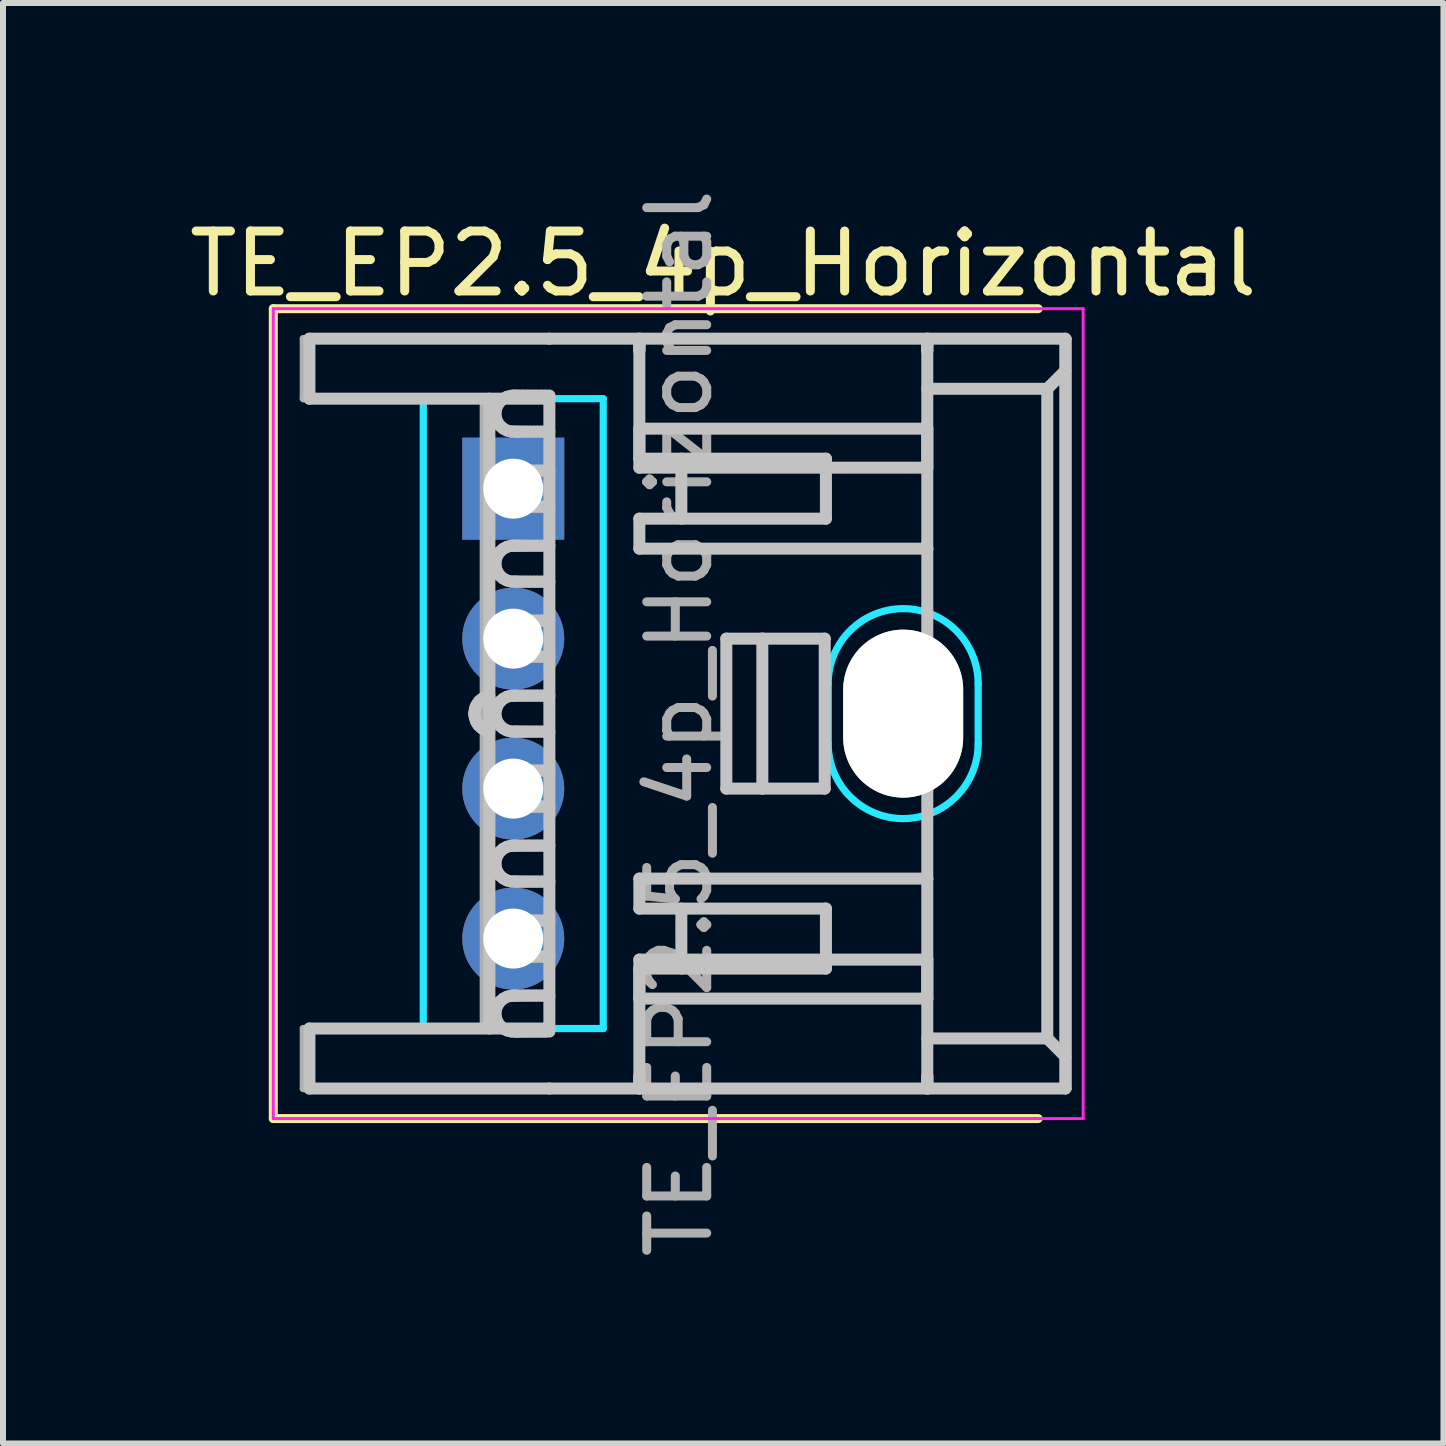
<source format=kicad_pcb>
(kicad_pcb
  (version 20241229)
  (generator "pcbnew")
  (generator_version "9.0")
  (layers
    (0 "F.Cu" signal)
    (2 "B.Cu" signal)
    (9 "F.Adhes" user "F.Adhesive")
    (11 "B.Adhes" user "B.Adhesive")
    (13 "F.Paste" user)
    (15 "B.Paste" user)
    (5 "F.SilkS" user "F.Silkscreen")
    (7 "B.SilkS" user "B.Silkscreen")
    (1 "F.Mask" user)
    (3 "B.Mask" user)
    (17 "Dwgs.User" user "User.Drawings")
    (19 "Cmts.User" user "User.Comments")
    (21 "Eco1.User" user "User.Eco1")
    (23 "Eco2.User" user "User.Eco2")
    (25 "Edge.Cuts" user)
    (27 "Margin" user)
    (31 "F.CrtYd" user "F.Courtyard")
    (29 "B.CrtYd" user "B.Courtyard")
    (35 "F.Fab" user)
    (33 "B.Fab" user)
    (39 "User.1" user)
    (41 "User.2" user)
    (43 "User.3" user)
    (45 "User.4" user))
  (footprint "TE_EP2.5_4p_Horizontal"
    (layer "F.Cu")
    (at 5.506 8.846)
    (property "Reference" "TE_EP2.5_4p_Horizontal" (at 3.5 -7.5 0) (layer "F.SilkS") (effects (font (size 1 1) (thickness 0.15))))
    (attr through_hole)
    (fp_line (start -4 -6.75) (end -4 6.75) (stroke (width 0.15) (type solid)) (layer "F.SilkS"))
    (fp_line (start -4 6.75) (end 8.75 6.75) (stroke (width 0.15) (type solid)) (layer "F.SilkS"))
    (fp_line (start 8.75 -6.75) (end -4 -6.75) (stroke (width 0.15) (type solid)) (layer "F.SilkS"))
    (fp_line (start -3.398 -6.25) (end 0.602 -6.25) (stroke (width 0.2) (type solid)) (layer "Dwgs.User"))
    (fp_line (start -3.398 -5.25) (end -3.398 -6.25) (stroke (width 0.2) (type solid)) (layer "Dwgs.User"))
    (fp_line (start -3.398 -5.25) (end 0.602 -5.25) (stroke (width 0.2) (type solid)) (layer "Dwgs.User"))
    (fp_line (start -3.398 5.25) (end 0.602 5.25) (stroke (width 0.2) (type solid)) (layer "Dwgs.User"))
    (fp_line (start -3.398 6.25) (end -3.398 5.25) (stroke (width 0.2) (type solid)) (layer "Dwgs.User"))
    (fp_line (start -3.398 6.25) (end 0.602 6.25) (stroke (width 0.2) (type solid)) (layer "Dwgs.User"))
    (fp_line (start -0.647 -0.027) (end -0.648 0) (stroke (width 0.2) (type solid)) (layer "Dwgs.User"))
    (fp_line (start -0.647 0.027) (end -0.648 0) (stroke (width 0.2) (type solid)) (layer "Dwgs.User"))
    (fp_line (start -0.639 -0.072) (end -0.647 -0.027) (stroke (width 0.2) (type solid)) (layer "Dwgs.User"))
    (fp_line (start -0.639 0.072) (end -0.647 0.027) (stroke (width 0.2) (type solid)) (layer "Dwgs.User"))
    (fp_line (start -0.631 -0.099) (end -0.639 -0.072) (stroke (width 0.2) (type solid)) (layer "Dwgs.User"))
    (fp_line (start -0.624 0.116) (end -0.639 0.072) (stroke (width 0.2) (type solid)) (layer "Dwgs.User"))
    (fp_line (start -0.624 0.116) (end -0.614 0.139) (stroke (width 0.2) (type solid)) (layer "Dwgs.User"))
    (fp_line (start -0.614 -0.139) (end -0.631 -0.099) (stroke (width 0.2) (type solid)) (layer "Dwgs.User"))
    (fp_line (start -0.614 0.139) (end -0.588 0.18) (stroke (width 0.2) (type solid)) (layer "Dwgs.User"))
    (fp_line (start -0.598 -0.165) (end -0.614 -0.139) (stroke (width 0.2) (type solid)) (layer "Dwgs.User"))
    (fp_line (start -0.588 0.18) (end -0.573 0.199) (stroke (width 0.2) (type solid)) (layer "Dwgs.User"))
    (fp_line (start -0.573 -0.199) (end -0.598 -0.165) (stroke (width 0.2) (type solid)) (layer "Dwgs.User"))
    (fp_line (start -0.573 0.199) (end -0.536 0.233) (stroke (width 0.2) (type solid)) (layer "Dwgs.User"))
    (fp_line (start -0.55 -0.222) (end -0.573 -0.199) (stroke (width 0.2) (type solid)) (layer "Dwgs.User"))
    (fp_line (start -0.536 0.233) (end -0.518 0.247) (stroke (width 0.2) (type solid)) (layer "Dwgs.User"))
    (fp_line (start -0.518 -0.247) (end -0.55 -0.222) (stroke (width 0.2) (type solid)) (layer "Dwgs.User"))
    (fp_line (start -0.518 0.247) (end -0.472 0.273) (stroke (width 0.2) (type solid)) (layer "Dwgs.User"))
    (fp_line (start -0.488 -0.265) (end -0.518 -0.247) (stroke (width 0.2) (type solid)) (layer "Dwgs.User"))
    (fp_line (start -0.488 -0.265) (end -0.454 -0.281) (stroke (width 0.2) (type solid)) (layer "Dwgs.User"))
    (fp_line (start -0.472 0.273) (end -0.454 0.281) (stroke (width 0.2) (type solid)) (layer "Dwgs.User"))
    (fp_line (start -0.409 -0.293) (end -0.454 -0.281) (stroke (width 0.2) (type solid)) (layer "Dwgs.User"))
    (fp_line (start -0.409 -0.293) (end -0.398 -0.296) (stroke (width 0.2) (type solid)) (layer "Dwgs.User"))
    (fp_line (start -0.398 0.295) (end -0.454 0.281) (stroke (width 0.2) (type solid)) (layer "Dwgs.User"))
    (fp_line (start -0.398 5.25) (end -0.398 -5.25) (stroke (width 0.2) (type solid)) (layer "Dwgs.User"))
    (fp_line (start -0.298 -5) (end -0.289 -4.928) (stroke (width 0.2) (type solid)) (layer "Dwgs.User"))
    (fp_line (start -0.298 -3.75) (end -0.289 -3.822) (stroke (width 0.2) (type solid)) (layer "Dwgs.User"))
    (fp_line (start -0.298 -2.5) (end -0.289 -2.428) (stroke (width 0.2) (type solid)) (layer "Dwgs.User"))
    (fp_line (start -0.298 -1.25) (end -0.289 -1.178) (stroke (width 0.2) (type solid)) (layer "Dwgs.User"))
    (fp_line (start -0.298 0) (end -0.289 -0.072) (stroke (width 0.2) (type solid)) (layer "Dwgs.User"))
    (fp_line (start -0.298 1.25) (end -0.289 1.322) (stroke (width 0.2) (type solid)) (layer "Dwgs.User"))
    (fp_line (start -0.298 2.5) (end -0.289 2.572) (stroke (width 0.2) (type solid)) (layer "Dwgs.User"))
    (fp_line (start -0.298 3.75) (end -0.289 3.822) (stroke (width 0.2) (type solid)) (layer "Dwgs.User"))
    (fp_line (start -0.298 5) (end -0.289 5.072) (stroke (width 0.2) (type solid)) (layer "Dwgs.User"))
    (fp_line (start -0.29 -3.82) (end -0.289 -3.821) (stroke (width 0.2) (type solid)) (layer "Dwgs.User"))
    (fp_line (start -0.29 -0.066) (end -0.292 -0.058) (stroke (width 0.2) (type solid)) (layer "Dwgs.User"))
    (fp_line (start -0.29 3.684) (end -0.292 3.692) (stroke (width 0.2) (type solid)) (layer "Dwgs.User"))
    (fp_line (start -0.289 -5.072) (end -0.298 -5) (stroke (width 0.2) (type solid)) (layer "Dwgs.User"))
    (fp_line (start -0.289 -4.928) (end -0.264 -4.861) (stroke (width 0.2) (type solid)) (layer "Dwgs.User"))
    (fp_line (start -0.289 -3.822) (end -0.264 -3.889) (stroke (width 0.2) (type solid)) (layer "Dwgs.User"))
    (fp_line (start -0.289 -3.678) (end -0.298 -3.75) (stroke (width 0.2) (type solid)) (layer "Dwgs.User"))
    (fp_line (start -0.289 -2.572) (end -0.298 -2.5) (stroke (width 0.2) (type solid)) (layer "Dwgs.User"))
    (fp_line (start -0.289 -2.428) (end -0.264 -2.361) (stroke (width 0.2) (type solid)) (layer "Dwgs.User"))
    (fp_line (start -0.289 -1.322) (end -0.298 -1.25) (stroke (width 0.2) (type solid)) (layer "Dwgs.User"))
    (fp_line (start -0.289 -1.178) (end -0.264 -1.111) (stroke (width 0.2) (type solid)) (layer "Dwgs.User"))
    (fp_line (start -0.289 -0.072) (end -0.264 -0.139) (stroke (width 0.2) (type solid)) (layer "Dwgs.User"))
    (fp_line (start -0.289 0.072) (end -0.298 0) (stroke (width 0.2) (type solid)) (layer "Dwgs.User"))
    (fp_line (start -0.289 1.178) (end -0.298 1.25) (stroke (width 0.2) (type solid)) (layer "Dwgs.User"))
    (fp_line (start -0.289 1.322) (end -0.264 1.389) (stroke (width 0.2) (type solid)) (layer "Dwgs.User"))
    (fp_line (start -0.289 2.428) (end -0.298 2.5) (stroke (width 0.2) (type solid)) (layer "Dwgs.User"))
    (fp_line (start -0.289 2.572) (end -0.264 2.639) (stroke (width 0.2) (type solid)) (layer "Dwgs.User"))
    (fp_line (start -0.289 3.678) (end -0.298 3.75) (stroke (width 0.2) (type solid)) (layer "Dwgs.User"))
    (fp_line (start -0.289 3.822) (end -0.264 3.889) (stroke (width 0.2) (type solid)) (layer "Dwgs.User"))
    (fp_line (start -0.289 4.928) (end -0.298 5) (stroke (width 0.2) (type solid)) (layer "Dwgs.User"))
    (fp_line (start -0.289 5.072) (end -0.264 5.139) (stroke (width 0.2) (type solid)) (layer "Dwgs.User"))
    (fp_line (start -0.275 -0.114) (end -0.284 -0.086) (stroke (width 0.2) (type solid)) (layer "Dwgs.User"))
    (fp_line (start -0.268 -0.127) (end -0.275 -0.114) (stroke (width 0.2) (type solid)) (layer "Dwgs.User"))
    (fp_line (start -0.268 3.623) (end -0.275 3.636) (stroke (width 0.2) (type solid)) (layer "Dwgs.User"))
    (fp_line (start -0.266 -3.886) (end -0.264 -3.887) (stroke (width 0.2) (type solid)) (layer "Dwgs.User"))
    (fp_line (start -0.264 -5.139) (end -0.289 -5.072) (stroke (width 0.2) (type solid)) (layer "Dwgs.User"))
    (fp_line (start -0.264 -4.861) (end -0.223 -4.801) (stroke (width 0.2) (type solid)) (layer "Dwgs.User"))
    (fp_line (start -0.264 -3.889) (end -0.223 -3.949) (stroke (width 0.2) (type solid)) (layer "Dwgs.User"))
    (fp_line (start -0.264 -3.611) (end -0.289 -3.678) (stroke (width 0.2) (type solid)) (layer "Dwgs.User"))
    (fp_line (start -0.264 -2.639) (end -0.289 -2.572) (stroke (width 0.2) (type solid)) (layer "Dwgs.User"))
    (fp_line (start -0.264 -2.361) (end -0.223 -2.301) (stroke (width 0.2) (type solid)) (layer "Dwgs.User"))
    (fp_line (start -0.264 -1.389) (end -0.289 -1.322) (stroke (width 0.2) (type solid)) (layer "Dwgs.User"))
    (fp_line (start -0.264 -1.111) (end -0.223 -1.051) (stroke (width 0.2) (type solid)) (layer "Dwgs.User"))
    (fp_line (start -0.264 -0.139) (end -0.223 -0.199) (stroke (width 0.2) (type solid)) (layer "Dwgs.User"))
    (fp_line (start -0.264 0.139) (end -0.289 0.072) (stroke (width 0.2) (type solid)) (layer "Dwgs.User"))
    (fp_line (start -0.264 1.111) (end -0.289 1.178) (stroke (width 0.2) (type solid)) (layer "Dwgs.User"))
    (fp_line (start -0.264 1.389) (end -0.223 1.449) (stroke (width 0.2) (type solid)) (layer "Dwgs.User"))
    (fp_line (start -0.264 2.361) (end -0.289 2.428) (stroke (width 0.2) (type solid)) (layer "Dwgs.User"))
    (fp_line (start -0.264 2.639) (end -0.223 2.699) (stroke (width 0.2) (type solid)) (layer "Dwgs.User"))
    (fp_line (start -0.264 3.611) (end -0.289 3.678) (stroke (width 0.2) (type solid)) (layer "Dwgs.User"))
    (fp_line (start -0.264 3.889) (end -0.223 3.949) (stroke (width 0.2) (type solid)) (layer "Dwgs.User"))
    (fp_line (start -0.264 4.861) (end -0.289 4.928) (stroke (width 0.2) (type solid)) (layer "Dwgs.User"))
    (fp_line (start -0.264 5.139) (end -0.223 5.199) (stroke (width 0.2) (type solid)) (layer "Dwgs.User"))
    (fp_line (start -0.248 -3.912) (end -0.227 -3.944) (stroke (width 0.2) (type solid)) (layer "Dwgs.User"))
    (fp_line (start -0.241 3.574) (end -0.252 3.594) (stroke (width 0.2) (type solid)) (layer "Dwgs.User"))
    (fp_line (start -0.231 -0.187) (end -0.241 -0.176) (stroke (width 0.2) (type solid)) (layer "Dwgs.User"))
    (fp_line (start -0.231 3.563) (end -0.241 3.574) (stroke (width 0.2) (type solid)) (layer "Dwgs.User"))
    (fp_line (start -0.227 -3.944) (end -0.224 -3.946) (stroke (width 0.2) (type solid)) (layer "Dwgs.User"))
    (fp_line (start -0.223 -5.199) (end -0.264 -5.139) (stroke (width 0.2) (type solid)) (layer "Dwgs.User"))
    (fp_line (start -0.223 -4.801) (end -0.168 -4.753) (stroke (width 0.2) (type solid)) (layer "Dwgs.User"))
    (fp_line (start -0.223 -3.949) (end -0.168 -3.997) (stroke (width 0.2) (type solid)) (layer "Dwgs.User"))
    (fp_line (start -0.223 -3.551) (end -0.264 -3.611) (stroke (width 0.2) (type solid)) (layer "Dwgs.User"))
    (fp_line (start -0.223 -2.699) (end -0.264 -2.639) (stroke (width 0.2) (type solid)) (layer "Dwgs.User"))
    (fp_line (start -0.223 -2.301) (end -0.168 -2.253) (stroke (width 0.2) (type solid)) (layer "Dwgs.User"))
    (fp_line (start -0.223 -1.449) (end -0.264 -1.389) (stroke (width 0.2) (type solid)) (layer "Dwgs.User"))
    (fp_line (start -0.223 -1.051) (end -0.168 -1.003) (stroke (width 0.2) (type solid)) (layer "Dwgs.User"))
    (fp_line (start -0.223 -0.199) (end -0.168 -0.247) (stroke (width 0.2) (type solid)) (layer "Dwgs.User"))
    (fp_line (start -0.223 0.199) (end -0.264 0.139) (stroke (width 0.2) (type solid)) (layer "Dwgs.User"))
    (fp_line (start -0.223 1.051) (end -0.264 1.111) (stroke (width 0.2) (type solid)) (layer "Dwgs.User"))
    (fp_line (start -0.223 1.449) (end -0.168 1.497) (stroke (width 0.2) (type solid)) (layer "Dwgs.User"))
    (fp_line (start -0.223 2.301) (end -0.264 2.361) (stroke (width 0.2) (type solid)) (layer "Dwgs.User"))
    (fp_line (start -0.223 2.699) (end -0.168 2.747) (stroke (width 0.2) (type solid)) (layer "Dwgs.User"))
    (fp_line (start -0.223 3.551) (end -0.264 3.611) (stroke (width 0.2) (type solid)) (layer "Dwgs.User"))
    (fp_line (start -0.223 3.949) (end -0.168 3.997) (stroke (width 0.2) (type solid)) (layer "Dwgs.User"))
    (fp_line (start -0.223 4.801) (end -0.264 4.861) (stroke (width 0.2) (type solid)) (layer "Dwgs.User"))
    (fp_line (start -0.223 5.199) (end -0.168 5.247) (stroke (width 0.2) (type solid)) (layer "Dwgs.User"))
    (fp_line (start -0.168 -5.247) (end -0.223 -5.199) (stroke (width 0.2) (type solid)) (layer "Dwgs.User"))
    (fp_line (start -0.168 -4.753) (end -0.104 -4.719) (stroke (width 0.2) (type solid)) (layer "Dwgs.User"))
    (fp_line (start -0.168 -3.997) (end -0.104 -4.031) (stroke (width 0.2) (type solid)) (layer "Dwgs.User"))
    (fp_line (start -0.168 -3.503) (end -0.223 -3.551) (stroke (width 0.2) (type solid)) (layer "Dwgs.User"))
    (fp_line (start -0.168 -2.747) (end -0.223 -2.699) (stroke (width 0.2) (type solid)) (layer "Dwgs.User"))
    (fp_line (start -0.168 -2.253) (end -0.104 -2.219) (stroke (width 0.2) (type solid)) (layer "Dwgs.User"))
    (fp_line (start -0.168 -1.497) (end -0.223 -1.449) (stroke (width 0.2) (type solid)) (layer "Dwgs.User"))
    (fp_line (start -0.168 -1.003) (end -0.104 -0.969) (stroke (width 0.2) (type solid)) (layer "Dwgs.User"))
    (fp_line (start -0.168 -0.247) (end -0.104 -0.281) (stroke (width 0.2) (type solid)) (layer "Dwgs.User"))
    (fp_line (start -0.168 0.247) (end -0.223 0.199) (stroke (width 0.2) (type solid)) (layer "Dwgs.User"))
    (fp_line (start -0.168 1.003) (end -0.223 1.051) (stroke (width 0.2) (type solid)) (layer "Dwgs.User"))
    (fp_line (start -0.168 1.497) (end -0.104 1.531) (stroke (width 0.2) (type solid)) (layer "Dwgs.User"))
    (fp_line (start -0.168 2.253) (end -0.223 2.301) (stroke (width 0.2) (type solid)) (layer "Dwgs.User"))
    (fp_line (start -0.168 2.747) (end -0.104 2.781) (stroke (width 0.2) (type solid)) (layer "Dwgs.User"))
    (fp_line (start -0.168 3.503) (end -0.223 3.551) (stroke (width 0.2) (type solid)) (layer "Dwgs.User"))
    (fp_line (start -0.168 3.997) (end -0.104 4.031) (stroke (width 0.2) (type solid)) (layer "Dwgs.User"))
    (fp_line (start -0.168 4.753) (end -0.223 4.801) (stroke (width 0.2) (type solid)) (layer "Dwgs.User"))
    (fp_line (start -0.168 5.247) (end -0.104 5.281) (stroke (width 0.2) (type solid)) (layer "Dwgs.User"))
    (fp_line (start -0.104 -5.281) (end -0.168 -5.247) (stroke (width 0.2) (type solid)) (layer "Dwgs.User"))
    (fp_line (start -0.104 -4.719) (end -0.034 -4.702) (stroke (width 0.2) (type solid)) (layer "Dwgs.User"))
    (fp_line (start -0.104 -4.031) (end -0.034 -4.048) (stroke (width 0.2) (type solid)) (layer "Dwgs.User"))
    (fp_line (start -0.104 -3.469) (end -0.168 -3.503) (stroke (width 0.2) (type solid)) (layer "Dwgs.User"))
    (fp_line (start -0.104 -2.781) (end -0.168 -2.747) (stroke (width 0.2) (type solid)) (layer "Dwgs.User"))
    (fp_line (start -0.104 -2.219) (end -0.034 -2.202) (stroke (width 0.2) (type solid)) (layer "Dwgs.User"))
    (fp_line (start -0.104 -1.531) (end -0.168 -1.497) (stroke (width 0.2) (type solid)) (layer "Dwgs.User"))
    (fp_line (start -0.104 -0.969) (end -0.034 -0.952) (stroke (width 0.2) (type solid)) (layer "Dwgs.User"))
    (fp_line (start -0.104 -0.281) (end -0.034 -0.298) (stroke (width 0.2) (type solid)) (layer "Dwgs.User"))
    (fp_line (start -0.104 0.281) (end -0.168 0.247) (stroke (width 0.2) (type solid)) (layer "Dwgs.User"))
    (fp_line (start -0.104 0.969) (end -0.168 1.003) (stroke (width 0.2) (type solid)) (layer "Dwgs.User"))
    (fp_line (start -0.104 1.531) (end -0.034 1.548) (stroke (width 0.2) (type solid)) (layer "Dwgs.User"))
    (fp_line (start -0.104 2.219) (end -0.168 2.253) (stroke (width 0.2) (type solid)) (layer "Dwgs.User"))
    (fp_line (start -0.104 2.781) (end -0.034 2.798) (stroke (width 0.2) (type solid)) (layer "Dwgs.User"))
    (fp_line (start -0.104 3.469) (end -0.168 3.503) (stroke (width 0.2) (type solid)) (layer "Dwgs.User"))
    (fp_line (start -0.104 4.031) (end -0.034 4.048) (stroke (width 0.2) (type solid)) (layer "Dwgs.User"))
    (fp_line (start -0.104 4.719) (end -0.168 4.753) (stroke (width 0.2) (type solid)) (layer "Dwgs.User"))
    (fp_line (start -0.104 5.281) (end -0.034 5.298) (stroke (width 0.2) (type solid)) (layer "Dwgs.User"))
    (fp_line (start -0.034 -5.298) (end -0.104 -5.281) (stroke (width 0.2) (type solid)) (layer "Dwgs.User"))
    (fp_line (start -0.034 -4.702) (end 0.008 -4.702) (stroke (width 0.2) (type solid)) (layer "Dwgs.User"))
    (fp_line (start -0.034 -3.452) (end -0.104 -3.469) (stroke (width 0.2) (type solid)) (layer "Dwgs.User"))
    (fp_line (start -0.034 -2.798) (end -0.104 -2.781) (stroke (width 0.2) (type solid)) (layer "Dwgs.User"))
    (fp_line (start -0.034 -2.202) (end 0.008 -2.202) (stroke (width 0.2) (type solid)) (layer "Dwgs.User"))
    (fp_line (start -0.034 -1.548) (end -0.104 -1.531) (stroke (width 0.2) (type solid)) (layer "Dwgs.User"))
    (fp_line (start -0.034 -0.952) (end 0.008 -0.952) (stroke (width 0.2) (type solid)) (layer "Dwgs.User"))
    (fp_line (start -0.034 -0.298) (end -0.014 -0.298) (stroke (width 0.2) (type solid)) (layer "Dwgs.User"))
    (fp_line (start -0.034 -0.298) (end -0.011 -0.298) (stroke (width 0.2) (type solid)) (layer "Dwgs.User"))
    (fp_line (start -0.034 0.298) (end -0.104 0.281) (stroke (width 0.2) (type solid)) (layer "Dwgs.User"))
    (fp_line (start -0.034 0.952) (end -0.104 0.969) (stroke (width 0.2) (type solid)) (layer "Dwgs.User"))
    (fp_line (start -0.034 1.548) (end 0.008 1.548) (stroke (width 0.2) (type solid)) (layer "Dwgs.User"))
    (fp_line (start -0.034 2.202) (end -0.104 2.219) (stroke (width 0.2) (type solid)) (layer "Dwgs.User"))
    (fp_line (start -0.034 2.798) (end 0.008 2.798) (stroke (width 0.2) (type solid)) (layer "Dwgs.User"))
    (fp_line (start -0.034 3.452) (end -0.104 3.469) (stroke (width 0.2) (type solid)) (layer "Dwgs.User"))
    (fp_line (start -0.034 4.048) (end 0.008 4.048) (stroke (width 0.2) (type solid)) (layer "Dwgs.User"))
    (fp_line (start -0.034 4.702) (end -0.104 4.719) (stroke (width 0.2) (type solid)) (layer "Dwgs.User"))
    (fp_line (start -0.034 5.298) (end 0.008 5.298) (stroke (width 0.2) (type solid)) (layer "Dwgs.User"))
    (fp_line (start -0.018 -4.048) (end 0.029 -4.048) (stroke (width 0.2) (type solid)) (layer "Dwgs.User"))
    (fp_line (start 0.008 -3.452) (end -0.034 -3.452) (stroke (width 0.2) (type solid)) (layer "Dwgs.User"))
    (fp_line (start 0.01 -5.301) (end -0.034 -5.298) (stroke (width 0.2) (type solid)) (layer "Dwgs.User"))
    (fp_line (start 0.01 -4.051) (end -0.034 -4.048) (stroke (width 0.2) (type solid)) (layer "Dwgs.User"))
    (fp_line (start 0.01 -2.801) (end -0.034 -2.798) (stroke (width 0.2) (type solid)) (layer "Dwgs.User"))
    (fp_line (start 0.01 -1.551) (end -0.034 -1.548) (stroke (width 0.2) (type solid)) (layer "Dwgs.User"))
    (fp_line (start 0.01 0.949) (end -0.034 0.952) (stroke (width 0.2) (type solid)) (layer "Dwgs.User"))
    (fp_line (start 0.01 2.199) (end -0.034 2.202) (stroke (width 0.2) (type solid)) (layer "Dwgs.User"))
    (fp_line (start 0.01 3.449) (end -0.034 3.452) (stroke (width 0.2) (type solid)) (layer "Dwgs.User"))
    (fp_line (start 0.01 4.699) (end -0.034 4.702) (stroke (width 0.2) (type solid)) (layer "Dwgs.User"))
    (fp_line (start 0.016 -0.301) (end 0.018 -0.301) (stroke (width 0.2) (type solid)) (layer "Dwgs.User"))
    (fp_line (start 0.017 0.3) (end -0.034 0.298) (stroke (width 0.2) (type solid)) (layer "Dwgs.User"))
    (fp_line (start 0.017 0.3) (end 0.04 0.3) (stroke (width 0.2) (type solid)) (layer "Dwgs.User"))
    (fp_line (start 0.018 -0.301) (end 0.061 -0.3) (stroke (width 0.2) (type solid)) (layer "Dwgs.User"))
    (fp_line (start 0.029 -5.298) (end -0.018 -5.298) (stroke (width 0.2) (type solid)) (layer "Dwgs.User"))
    (fp_line (start 0.029 -2.798) (end -0.018 -2.798) (stroke (width 0.2) (type solid)) (layer "Dwgs.User"))
    (fp_line (start 0.029 -1.548) (end -0.018 -1.548) (stroke (width 0.2) (type solid)) (layer "Dwgs.User"))
    (fp_line (start 0.029 0.952) (end -0.018 0.952) (stroke (width 0.2) (type solid)) (layer "Dwgs.User"))
    (fp_line (start 0.029 2.202) (end -0.018 2.202) (stroke (width 0.2) (type solid)) (layer "Dwgs.User"))
    (fp_line (start 0.029 3.452) (end -0.018 3.452) (stroke (width 0.2) (type solid)) (layer "Dwgs.User"))
    (fp_line (start 0.029 4.702) (end -0.018 4.702) (stroke (width 0.2) (type solid)) (layer "Dwgs.User"))
    (fp_line (start 0.04 -4.7) (end 0.017 -4.702) (stroke (width 0.2) (type solid)) (layer "Dwgs.User"))
    (fp_line (start 0.04 -3.45) (end 0.017 -3.452) (stroke (width 0.2) (type solid)) (layer "Dwgs.User"))
    (fp_line (start 0.04 -2.2) (end 0.017 -2.202) (stroke (width 0.2) (type solid)) (layer "Dwgs.User"))
    (fp_line (start 0.04 -0.95) (end 0.017 -0.952) (stroke (width 0.2) (type solid)) (layer "Dwgs.User"))
    (fp_line (start 0.04 0.3) (end 0.061 0.3) (stroke (width 0.2) (type solid)) (layer "Dwgs.User"))
    (fp_line (start 0.04 1.55) (end 0.017 1.548) (stroke (width 0.2) (type solid)) (layer "Dwgs.User"))
    (fp_line (start 0.04 2.8) (end 0.017 2.798) (stroke (width 0.2) (type solid)) (layer "Dwgs.User"))
    (fp_line (start 0.04 4.05) (end 0.017 4.048) (stroke (width 0.2) (type solid)) (layer "Dwgs.User"))
    (fp_line (start 0.04 5.3) (end 0.017 5.298) (stroke (width 0.2) (type solid)) (layer "Dwgs.User"))
    (fp_line (start 0.061 -5.3) (end 0.018 -5.302) (stroke (width 0.2) (type solid)) (layer "Dwgs.User"))
    (fp_line (start 0.061 -4.7) (end 0.04 -4.7) (stroke (width 0.2) (type solid)) (layer "Dwgs.User"))
    (fp_line (start 0.061 -4.05) (end 0.018 -4.052) (stroke (width 0.2) (type solid)) (layer "Dwgs.User"))
    (fp_line (start 0.061 -3.45) (end 0.04 -3.45) (stroke (width 0.2) (type solid)) (layer "Dwgs.User"))
    (fp_line (start 0.061 -2.8) (end 0.018 -2.802) (stroke (width 0.2) (type solid)) (layer "Dwgs.User"))
    (fp_line (start 0.061 -2.2) (end 0.04 -2.2) (stroke (width 0.2) (type solid)) (layer "Dwgs.User"))
    (fp_line (start 0.061 -1.55) (end 0.018 -1.552) (stroke (width 0.2) (type solid)) (layer "Dwgs.User"))
    (fp_line (start 0.061 -0.95) (end 0.04 -0.95) (stroke (width 0.2) (type solid)) (layer "Dwgs.User"))
    (fp_line (start 0.061 -0.3) (end 0.082 -0.3) (stroke (width 0.2) (type solid)) (layer "Dwgs.User"))
    (fp_line (start 0.061 0.3) (end 0.093 0.3) (stroke (width 0.2) (type solid)) (layer "Dwgs.User"))
    (fp_line (start 0.061 0.95) (end 0.018 0.948) (stroke (width 0.2) (type solid)) (layer "Dwgs.User"))
    (fp_line (start 0.061 1.55) (end 0.04 1.55) (stroke (width 0.2) (type solid)) (layer "Dwgs.User"))
    (fp_line (start 0.061 2.2) (end 0.018 2.198) (stroke (width 0.2) (type solid)) (layer "Dwgs.User"))
    (fp_line (start 0.061 2.8) (end 0.04 2.8) (stroke (width 0.2) (type solid)) (layer "Dwgs.User"))
    (fp_line (start 0.061 3.45) (end 0.018 3.448) (stroke (width 0.2) (type solid)) (layer "Dwgs.User"))
    (fp_line (start 0.061 4.05) (end 0.04 4.05) (stroke (width 0.2) (type solid)) (layer "Dwgs.User"))
    (fp_line (start 0.061 4.7) (end 0.018 4.698) (stroke (width 0.2) (type solid)) (layer "Dwgs.User"))
    (fp_line (start 0.061 5.3) (end 0.04 5.3) (stroke (width 0.2) (type solid)) (layer "Dwgs.User"))
    (fp_line (start 0.082 -5.3) (end 0.061 -5.3) (stroke (width 0.2) (type solid)) (layer "Dwgs.User"))
    (fp_line (start 0.082 -5.3) (end 0.133 -5.3) (stroke (width 0.2) (type solid)) (layer "Dwgs.User"))
    (fp_line (start 0.082 -4.05) (end 0.061 -4.05) (stroke (width 0.2) (type solid)) (layer "Dwgs.User"))
    (fp_line (start 0.082 -4.05) (end 0.133 -4.05) (stroke (width 0.2) (type solid)) (layer "Dwgs.User"))
    (fp_line (start 0.082 -2.8) (end 0.061 -2.8) (stroke (width 0.2) (type solid)) (layer "Dwgs.User"))
    (fp_line (start 0.082 -2.8) (end 0.133 -2.8) (stroke (width 0.2) (type solid)) (layer "Dwgs.User"))
    (fp_line (start 0.082 -1.55) (end 0.061 -1.55) (stroke (width 0.2) (type solid)) (layer "Dwgs.User"))
    (fp_line (start 0.082 -1.55) (end 0.133 -1.55) (stroke (width 0.2) (type solid)) (layer "Dwgs.User"))
    (fp_line (start 0.082 -0.3) (end 0.133 -0.3) (stroke (width 0.2) (type solid)) (layer "Dwgs.User"))
    (fp_line (start 0.082 0.95) (end 0.061 0.95) (stroke (width 0.2) (type solid)) (layer "Dwgs.User"))
    (fp_line (start 0.082 0.95) (end 0.133 0.95) (stroke (width 0.2) (type solid)) (layer "Dwgs.User"))
    (fp_line (start 0.082 2.2) (end 0.061 2.2) (stroke (width 0.2) (type solid)) (layer "Dwgs.User"))
    (fp_line (start 0.082 2.2) (end 0.133 2.2) (stroke (width 0.2) (type solid)) (layer "Dwgs.User"))
    (fp_line (start 0.082 3.45) (end 0.061 3.45) (stroke (width 0.2) (type solid)) (layer "Dwgs.User"))
    (fp_line (start 0.082 3.45) (end 0.133 3.45) (stroke (width 0.2) (type solid)) (layer "Dwgs.User"))
    (fp_line (start 0.082 4.7) (end 0.061 4.7) (stroke (width 0.2) (type solid)) (layer "Dwgs.User"))
    (fp_line (start 0.082 4.7) (end 0.133 4.7) (stroke (width 0.2) (type solid)) (layer "Dwgs.User"))
    (fp_line (start 0.093 -4.7) (end 0.061 -4.7) (stroke (width 0.2) (type solid)) (layer "Dwgs.User"))
    (fp_line (start 0.093 -4.7) (end 0.133 -4.7) (stroke (width 0.2) (type solid)) (layer "Dwgs.User"))
    (fp_line (start 0.093 -3.45) (end 0.061 -3.45) (stroke (width 0.2) (type solid)) (layer "Dwgs.User"))
    (fp_line (start 0.093 -3.45) (end 0.133 -3.45) (stroke (width 0.2) (type solid)) (layer "Dwgs.User"))
    (fp_line (start 0.093 -2.2) (end 0.061 -2.2) (stroke (width 0.2) (type solid)) (layer "Dwgs.User"))
    (fp_line (start 0.093 -2.2) (end 0.133 -2.2) (stroke (width 0.2) (type solid)) (layer "Dwgs.User"))
    (fp_line (start 0.093 -0.95) (end 0.061 -0.95) (stroke (width 0.2) (type solid)) (layer "Dwgs.User"))
    (fp_line (start 0.093 -0.95) (end 0.133 -0.95) (stroke (width 0.2) (type solid)) (layer "Dwgs.User"))
    (fp_line (start 0.093 0.3) (end 0.133 0.3) (stroke (width 0.2) (type solid)) (layer "Dwgs.User"))
    (fp_line (start 0.093 1.55) (end 0.061 1.55) (stroke (width 0.2) (type solid)) (layer "Dwgs.User"))
    (fp_line (start 0.093 1.55) (end 0.133 1.55) (stroke (width 0.2) (type solid)) (layer "Dwgs.User"))
    (fp_line (start 0.093 2.8) (end 0.061 2.8) (stroke (width 0.2) (type solid)) (layer "Dwgs.User"))
    (fp_line (start 0.093 2.8) (end 0.133 2.8) (stroke (width 0.2) (type solid)) (layer "Dwgs.User"))
    (fp_line (start 0.093 4.05) (end 0.061 4.05) (stroke (width 0.2) (type solid)) (layer "Dwgs.User"))
    (fp_line (start 0.093 4.05) (end 0.133 4.05) (stroke (width 0.2) (type solid)) (layer "Dwgs.User"))
    (fp_line (start 0.093 5.3) (end 0.061 5.3) (stroke (width 0.2) (type solid)) (layer "Dwgs.User"))
    (fp_line (start 0.093 5.3) (end 0.133 5.3) (stroke (width 0.2) (type solid)) (layer "Dwgs.User"))
    (fp_line (start 0.133 -4.7) (end 0.175 -4.7) (stroke (width 0.2) (type solid)) (layer "Dwgs.User"))
    (fp_line (start 0.133 -4.05) (end 0.169 -4.05) (stroke (width 0.2) (type solid)) (layer "Dwgs.User"))
    (fp_line (start 0.133 -2.2) (end 0.175 -2.2) (stroke (width 0.2) (type solid)) (layer "Dwgs.User"))
    (fp_line (start 0.133 -0.95) (end 0.175 -0.95) (stroke (width 0.2) (type solid)) (layer "Dwgs.User"))
    (fp_line (start 0.133 -0.3) (end 0.169 -0.3) (stroke (width 0.2) (type solid)) (layer "Dwgs.User"))
    (fp_line (start 0.133 0.3) (end 0.175 0.3) (stroke (width 0.2) (type solid)) (layer "Dwgs.User"))
    (fp_line (start 0.133 2.8) (end 0.175 2.8) (stroke (width 0.2) (type solid)) (layer "Dwgs.User"))
    (fp_line (start 0.133 5.3) (end 0.175 5.3) (stroke (width 0.2) (type solid)) (layer "Dwgs.User"))
    (fp_line (start 0.169 -5.3) (end 0.133 -5.3) (stroke (width 0.2) (type solid)) (layer "Dwgs.User"))
    (fp_line (start 0.169 -2.8) (end 0.133 -2.8) (stroke (width 0.2) (type solid)) (layer "Dwgs.User"))
    (fp_line (start 0.169 -1.55) (end 0.133 -1.55) (stroke (width 0.2) (type solid)) (layer "Dwgs.User"))
    (fp_line (start 0.169 -0.3) (end 0.228 -0.3) (stroke (width 0.2) (type solid)) (layer "Dwgs.User"))
    (fp_line (start 0.169 0.95) (end 0.133 0.95) (stroke (width 0.2) (type solid)) (layer "Dwgs.User"))
    (fp_line (start 0.169 2.2) (end 0.133 2.2) (stroke (width 0.2) (type solid)) (layer "Dwgs.User"))
    (fp_line (start 0.169 3.45) (end 0.133 3.45) (stroke (width 0.2) (type solid)) (layer "Dwgs.User"))
    (fp_line (start 0.169 4.7) (end 0.133 4.7) (stroke (width 0.2) (type solid)) (layer "Dwgs.User"))
    (fp_line (start 0.175 -3.45) (end 0.133 -3.45) (stroke (width 0.2) (type solid)) (layer "Dwgs.User"))
    (fp_line (start 0.175 0.3) (end 0.228 0.3) (stroke (width 0.2) (type solid)) (layer "Dwgs.User"))
    (fp_line (start 0.175 1.55) (end 0.133 1.55) (stroke (width 0.2) (type solid)) (layer "Dwgs.User"))
    (fp_line (start 0.175 4.05) (end 0.133 4.05) (stroke (width 0.2) (type solid)) (layer "Dwgs.User"))
    (fp_line (start 0.228 -5.3) (end 0.169 -5.3) (stroke (width 0.2) (type solid)) (layer "Dwgs.User"))
    (fp_line (start 0.228 -4.7) (end 0.175 -4.7) (stroke (width 0.2) (type solid)) (layer "Dwgs.User"))
    (fp_line (start 0.228 -4.05) (end 0.169 -4.05) (stroke (width 0.2) (type solid)) (layer "Dwgs.User"))
    (fp_line (start 0.228 -3.45) (end 0.175 -3.45) (stroke (width 0.2) (type solid)) (layer "Dwgs.User"))
    (fp_line (start 0.228 -2.8) (end 0.169 -2.8) (stroke (width 0.2) (type solid)) (layer "Dwgs.User"))
    (fp_line (start 0.228 -2.2) (end 0.175 -2.2) (stroke (width 0.2) (type solid)) (layer "Dwgs.User"))
    (fp_line (start 0.228 -1.55) (end 0.169 -1.55) (stroke (width 0.2) (type solid)) (layer "Dwgs.User"))
    (fp_line (start 0.228 -0.95) (end 0.175 -0.95) (stroke (width 0.2) (type solid)) (layer "Dwgs.User"))
    (fp_line (start 0.228 0.95) (end 0.169 0.95) (stroke (width 0.2) (type solid)) (layer "Dwgs.User"))
    (fp_line (start 0.228 1.55) (end 0.175 1.55) (stroke (width 0.2) (type solid)) (layer "Dwgs.User"))
    (fp_line (start 0.228 2.2) (end 0.169 2.2) (stroke (width 0.2) (type solid)) (layer "Dwgs.User"))
    (fp_line (start 0.228 2.8) (end 0.175 2.8) (stroke (width 0.2) (type solid)) (layer "Dwgs.User"))
    (fp_line (start 0.228 3.45) (end 0.169 3.45) (stroke (width 0.2) (type solid)) (layer "Dwgs.User"))
    (fp_line (start 0.228 4.05) (end 0.175 4.05) (stroke (width 0.2) (type solid)) (layer "Dwgs.User"))
    (fp_line (start 0.228 4.7) (end 0.169 4.7) (stroke (width 0.2) (type solid)) (layer "Dwgs.User"))
    (fp_line (start 0.228 5.3) (end 0.175 5.3) (stroke (width 0.2) (type solid)) (layer "Dwgs.User"))
    (fp_line (start 0.277 -5.3) (end 0.228 -5.3) (stroke (width 0.2) (type solid)) (layer "Dwgs.User"))
    (fp_line (start 0.277 -4.05) (end 0.228 -4.05) (stroke (width 0.2) (type solid)) (layer "Dwgs.User"))
    (fp_line (start 0.277 -2.8) (end 0.228 -2.8) (stroke (width 0.2) (type solid)) (layer "Dwgs.User"))
    (fp_line (start 0.277 -1.55) (end 0.228 -1.55) (stroke (width 0.2) (type solid)) (layer "Dwgs.User"))
    (fp_line (start 0.277 -0.3) (end 0.228 -0.3) (stroke (width 0.2) (type solid)) (layer "Dwgs.User"))
    (fp_line (start 0.277 -0.3) (end 0.342 -0.3) (stroke (width 0.2) (type solid)) (layer "Dwgs.User"))
    (fp_line (start 0.277 0.95) (end 0.228 0.95) (stroke (width 0.2) (type solid)) (layer "Dwgs.User"))
    (fp_line (start 0.277 2.2) (end 0.228 2.2) (stroke (width 0.2) (type solid)) (layer "Dwgs.User"))
    (fp_line (start 0.277 3.45) (end 0.228 3.45) (stroke (width 0.2) (type solid)) (layer "Dwgs.User"))
    (fp_line (start 0.277 4.7) (end 0.228 4.7) (stroke (width 0.2) (type solid)) (layer "Dwgs.User"))
    (fp_line (start 0.28 -4.7) (end 0.228 -4.7) (stroke (width 0.2) (type solid)) (layer "Dwgs.User"))
    (fp_line (start 0.28 -3.45) (end 0.228 -3.45) (stroke (width 0.2) (type solid)) (layer "Dwgs.User"))
    (fp_line (start 0.28 -2.2) (end 0.228 -2.2) (stroke (width 0.2) (type solid)) (layer "Dwgs.User"))
    (fp_line (start 0.28 -0.95) (end 0.228 -0.95) (stroke (width 0.2) (type solid)) (layer "Dwgs.User"))
    (fp_line (start 0.28 0.3) (end 0.228 0.3) (stroke (width 0.2) (type solid)) (layer "Dwgs.User"))
    (fp_line (start 0.28 0.3) (end 0.342 0.3) (stroke (width 0.2) (type solid)) (layer "Dwgs.User"))
    (fp_line (start 0.28 1.55) (end 0.228 1.55) (stroke (width 0.2) (type solid)) (layer "Dwgs.User"))
    (fp_line (start 0.28 2.8) (end 0.228 2.8) (stroke (width 0.2) (type solid)) (layer "Dwgs.User"))
    (fp_line (start 0.28 4.05) (end 0.228 4.05) (stroke (width 0.2) (type solid)) (layer "Dwgs.User"))
    (fp_line (start 0.28 5.3) (end 0.228 5.3) (stroke (width 0.2) (type solid)) (layer "Dwgs.User"))
    (fp_line (start 0.321 4.05) (end 0.306 4.05) (stroke (width 0.2) (type solid)) (layer "Dwgs.User"))
    (fp_line (start 0.342 -5.3) (end 0.277 -5.3) (stroke (width 0.2) (type solid)) (layer "Dwgs.User"))
    (fp_line (start 0.342 -4.7) (end 0.28 -4.7) (stroke (width 0.2) (type solid)) (layer "Dwgs.User"))
    (fp_line (start 0.342 -4.05) (end 0.277 -4.05) (stroke (width 0.2) (type solid)) (layer "Dwgs.User"))
    (fp_line (start 0.342 -3.45) (end 0.28 -3.45) (stroke (width 0.2) (type solid)) (layer "Dwgs.User"))
    (fp_line (start 0.342 -2.8) (end 0.277 -2.8) (stroke (width 0.2) (type solid)) (layer "Dwgs.User"))
    (fp_line (start 0.342 -2.2) (end 0.28 -2.2) (stroke (width 0.2) (type solid)) (layer "Dwgs.User"))
    (fp_line (start 0.342 -1.55) (end 0.277 -1.55) (stroke (width 0.2) (type solid)) (layer "Dwgs.User"))
    (fp_line (start 0.342 -0.95) (end 0.28 -0.95) (stroke (width 0.2) (type solid)) (layer "Dwgs.User"))
    (fp_line (start 0.342 -0.3) (end 0.401 -0.3) (stroke (width 0.2) (type solid)) (layer "Dwgs.User"))
    (fp_line (start 0.342 0.3) (end 0.402 0.3) (stroke (width 0.2) (type solid)) (layer "Dwgs.User"))
    (fp_line (start 0.342 0.95) (end 0.277 0.95) (stroke (width 0.2) (type solid)) (layer "Dwgs.User"))
    (fp_line (start 0.342 1.55) (end 0.28 1.55) (stroke (width 0.2) (type solid)) (layer "Dwgs.User"))
    (fp_line (start 0.342 2.2) (end 0.277 2.2) (stroke (width 0.2) (type solid)) (layer "Dwgs.User"))
    (fp_line (start 0.342 2.8) (end 0.28 2.8) (stroke (width 0.2) (type solid)) (layer "Dwgs.User"))
    (fp_line (start 0.342 3.45) (end 0.277 3.45) (stroke (width 0.2) (type solid)) (layer "Dwgs.User"))
    (fp_line (start 0.342 4.05) (end 0.28 4.05) (stroke (width 0.2) (type solid)) (layer "Dwgs.User"))
    (fp_line (start 0.342 4.7) (end 0.277 4.7) (stroke (width 0.2) (type solid)) (layer "Dwgs.User"))
    (fp_line (start 0.342 5.3) (end 0.28 5.3) (stroke (width 0.2) (type solid)) (layer "Dwgs.User"))
    (fp_line (start 0.401 -5.3) (end 0.342 -5.3) (stroke (width 0.2) (type solid)) (layer "Dwgs.User"))
    (fp_line (start 0.401 -4.05) (end 0.342 -4.05) (stroke (width 0.2) (type solid)) (layer "Dwgs.User"))
    (fp_line (start 0.401 -2.8) (end 0.342 -2.8) (stroke (width 0.2) (type solid)) (layer "Dwgs.User"))
    (fp_line (start 0.401 -1.55) (end 0.342 -1.55) (stroke (width 0.2) (type solid)) (layer "Dwgs.User"))
    (fp_line (start 0.401 -0.3) (end 0.468 -0.3) (stroke (width 0.2) (type solid)) (layer "Dwgs.User"))
    (fp_line (start 0.401 0.95) (end 0.342 0.95) (stroke (width 0.2) (type solid)) (layer "Dwgs.User"))
    (fp_line (start 0.401 2.2) (end 0.342 2.2) (stroke (width 0.2) (type solid)) (layer "Dwgs.User"))
    (fp_line (start 0.401 3.45) (end 0.342 3.45) (stroke (width 0.2) (type solid)) (layer "Dwgs.User"))
    (fp_line (start 0.401 4.7) (end 0.342 4.7) (stroke (width 0.2) (type solid)) (layer "Dwgs.User"))
    (fp_line (start 0.402 -4.7) (end 0.342 -4.7) (stroke (width 0.2) (type solid)) (layer "Dwgs.User"))
    (fp_line (start 0.402 -3.45) (end 0.342 -3.45) (stroke (width 0.2) (type solid)) (layer "Dwgs.User"))
    (fp_line (start 0.402 -2.2) (end 0.342 -2.2) (stroke (width 0.2) (type solid)) (layer "Dwgs.User"))
    (fp_line (start 0.402 -0.95) (end 0.342 -0.95) (stroke (width 0.2) (type solid)) (layer "Dwgs.User"))
    (fp_line (start 0.402 0.3) (end 0.468 0.3) (stroke (width 0.2) (type solid)) (layer "Dwgs.User"))
    (fp_line (start 0.402 1.55) (end 0.342 1.55) (stroke (width 0.2) (type solid)) (layer "Dwgs.User"))
    (fp_line (start 0.402 2.8) (end 0.342 2.8) (stroke (width 0.2) (type solid)) (layer "Dwgs.User"))
    (fp_line (start 0.402 4.05) (end 0.342 4.05) (stroke (width 0.2) (type solid)) (layer "Dwgs.User"))
    (fp_line (start 0.402 5.3) (end 0.342 5.3) (stroke (width 0.2) (type solid)) (layer "Dwgs.User"))
    (fp_line (start 0.468 -5.3) (end 0.401 -5.3) (stroke (width 0.2) (type solid)) (layer "Dwgs.User"))
    (fp_line (start 0.468 -5.3) (end 0.534 -5.3) (stroke (width 0.2) (type solid)) (layer "Dwgs.User"))
    (fp_line (start 0.468 -4.7) (end 0.402 -4.7) (stroke (width 0.2) (type solid)) (layer "Dwgs.User"))
    (fp_line (start 0.468 -4.7) (end 0.534 -4.7) (stroke (width 0.2) (type solid)) (layer "Dwgs.User"))
    (fp_line (start 0.468 -4.05) (end 0.401 -4.05) (stroke (width 0.2) (type solid)) (layer "Dwgs.User"))
    (fp_line (start 0.468 -3.45) (end 0.402 -3.45) (stroke (width 0.2) (type solid)) (layer "Dwgs.User"))
    (fp_line (start 0.468 -3.45) (end 0.534 -3.45) (stroke (width 0.2) (type solid)) (layer "Dwgs.User"))
    (fp_line (start 0.468 -2.8) (end 0.401 -2.8) (stroke (width 0.2) (type solid)) (layer "Dwgs.User"))
    (fp_line (start 0.468 -2.8) (end 0.534 -2.8) (stroke (width 0.2) (type solid)) (layer "Dwgs.User"))
    (fp_line (start 0.468 -2.2) (end 0.402 -2.2) (stroke (width 0.2) (type solid)) (layer "Dwgs.User"))
    (fp_line (start 0.468 -2.2) (end 0.534 -2.2) (stroke (width 0.2) (type solid)) (layer "Dwgs.User"))
    (fp_line (start 0.468 -1.55) (end 0.401 -1.55) (stroke (width 0.2) (type solid)) (layer "Dwgs.User"))
    (fp_line (start 0.468 -1.55) (end 0.534 -1.55) (stroke (width 0.2) (type solid)) (layer "Dwgs.User"))
    (fp_line (start 0.468 -0.95) (end 0.402 -0.95) (stroke (width 0.2) (type solid)) (layer "Dwgs.User"))
    (fp_line (start 0.468 -0.95) (end 0.534 -0.95) (stroke (width 0.2) (type solid)) (layer "Dwgs.User"))
    (fp_line (start 0.468 -0.3) (end 0.534 -0.3) (stroke (width 0.2) (type solid)) (layer "Dwgs.User"))
    (fp_line (start 0.468 0.3) (end 0.534 0.3) (stroke (width 0.2) (type solid)) (layer "Dwgs.User"))
    (fp_line (start 0.468 0.95) (end 0.401 0.95) (stroke (width 0.2) (type solid)) (layer "Dwgs.User"))
    (fp_line (start 0.468 1.55) (end 0.402 1.55) (stroke (width 0.2) (type solid)) (layer "Dwgs.User"))
    (fp_line (start 0.468 2.2) (end 0.401 2.2) (stroke (width 0.2) (type solid)) (layer "Dwgs.User"))
    (fp_line (start 0.468 2.2) (end 0.534 2.2) (stroke (width 0.2) (type solid)) (layer "Dwgs.User"))
    (fp_line (start 0.468 2.8) (end 0.402 2.8) (stroke (width 0.2) (type solid)) (layer "Dwgs.User"))
    (fp_line (start 0.468 2.8) (end 0.534 2.8) (stroke (width 0.2) (type solid)) (layer "Dwgs.User"))
    (fp_line (start 0.468 3.45) (end 0.401 3.45) (stroke (width 0.2) (type solid)) (layer "Dwgs.User"))
    (fp_line (start 0.468 4.05) (end 0.402 4.05) (stroke (width 0.2) (type solid)) (layer "Dwgs.User"))
    (fp_line (start 0.468 4.7) (end 0.401 4.7) (stroke (width 0.2) (type solid)) (layer "Dwgs.User"))
    (fp_line (start 0.468 4.7) (end 0.534 4.7) (stroke (width 0.2) (type solid)) (layer "Dwgs.User"))
    (fp_line (start 0.468 5.3) (end 0.402 5.3) (stroke (width 0.2) (type solid)) (layer "Dwgs.User"))
    (fp_line (start 0.468 5.3) (end 0.534 5.3) (stroke (width 0.2) (type solid)) (layer "Dwgs.User"))
    (fp_line (start 0.534 -5.3) (end 0.602 -5.3) (stroke (width 0.2) (type solid)) (layer "Dwgs.User"))
    (fp_line (start 0.534 -4.7) (end 0.602 -4.7) (stroke (width 0.2) (type solid)) (layer "Dwgs.User"))
    (fp_line (start 0.534 -4.05) (end 0.468 -4.05) (stroke (width 0.2) (type solid)) (layer "Dwgs.User"))
    (fp_line (start 0.534 -4.05) (end 0.602 -4.05) (stroke (width 0.2) (type solid)) (layer "Dwgs.User"))
    (fp_line (start 0.534 -3.45) (end 0.602 -3.45) (stroke (width 0.2) (type solid)) (layer "Dwgs.User"))
    (fp_line (start 0.534 -2.8) (end 0.602 -2.8) (stroke (width 0.2) (type solid)) (layer "Dwgs.User"))
    (fp_line (start 0.534 -2.2) (end 0.602 -2.2) (stroke (width 0.2) (type solid)) (layer "Dwgs.User"))
    (fp_line (start 0.534 -1.55) (end 0.602 -1.55) (stroke (width 0.2) (type solid)) (layer "Dwgs.User"))
    (fp_line (start 0.534 -0.95) (end 0.602 -0.95) (stroke (width 0.2) (type solid)) (layer "Dwgs.User"))
    (fp_line (start 0.534 -0.3) (end 0.602 -0.3) (stroke (width 0.2) (type solid)) (layer "Dwgs.User"))
    (fp_line (start 0.534 0.3) (end 0.602 0.3) (stroke (width 0.2) (type solid)) (layer "Dwgs.User"))
    (fp_line (start 0.534 0.95) (end 0.468 0.95) (stroke (width 0.2) (type solid)) (layer "Dwgs.User"))
    (fp_line (start 0.534 0.95) (end 0.602 0.95) (stroke (width 0.2) (type solid)) (layer "Dwgs.User"))
    (fp_line (start 0.534 1.55) (end 0.468 1.55) (stroke (width 0.2) (type solid)) (layer "Dwgs.User"))
    (fp_line (start 0.534 1.55) (end 0.602 1.55) (stroke (width 0.2) (type solid)) (layer "Dwgs.User"))
    (fp_line (start 0.534 2.2) (end 0.602 2.2) (stroke (width 0.2) (type solid)) (layer "Dwgs.User"))
    (fp_line (start 0.534 2.8) (end 0.602 2.8) (stroke (width 0.2) (type solid)) (layer "Dwgs.User"))
    (fp_line (start 0.534 3.45) (end 0.468 3.45) (stroke (width 0.2) (type solid)) (layer "Dwgs.User"))
    (fp_line (start 0.534 3.45) (end 0.602 3.45) (stroke (width 0.2) (type solid)) (layer "Dwgs.User"))
    (fp_line (start 0.534 4.05) (end 0.468 4.05) (stroke (width 0.2) (type solid)) (layer "Dwgs.User"))
    (fp_line (start 0.534 4.05) (end 0.602 4.05) (stroke (width 0.2) (type solid)) (layer "Dwgs.User"))
    (fp_line (start 0.534 4.7) (end 0.602 4.7) (stroke (width 0.2) (type solid)) (layer "Dwgs.User"))
    (fp_line (start 0.534 5.3) (end 0.602 5.3) (stroke (width 0.2) (type solid)) (layer "Dwgs.User"))
    (fp_line (start 0.602 -6.25) (end 2.102 -6.25) (stroke (width 0.2) (type solid)) (layer "Dwgs.User"))
    (fp_line (start 0.602 5.25) (end 0.602 -5.3) (stroke (width 0.2) (type solid)) (layer "Dwgs.User"))
    (fp_line (start 0.602 6.25) (end 2.102 6.25) (stroke (width 0.2) (type solid)) (layer "Dwgs.User"))
    (fp_line (start 2.102 -6.25) (end 6.902 -6.25) (stroke (width 0.2) (type solid)) (layer "Dwgs.User"))
    (fp_line (start 2.102 -6.245) (end 2.102 -6.25) (stroke (width 0.2) (type solid)) (layer "Dwgs.User"))
    (fp_line (start 2.102 -6.23) (end 2.102 -6.245) (stroke (width 0.2) (type solid)) (layer "Dwgs.User"))
    (fp_line (start 2.102 -6.206) (end 2.102 -6.23) (stroke (width 0.2) (type solid)) (layer "Dwgs.User"))
    (fp_line (start 2.102 -6.175) (end 2.102 -6.206) (stroke (width 0.2) (type solid)) (layer "Dwgs.User"))
    (fp_line (start 2.102 -6.137) (end 2.102 -6.175) (stroke (width 0.2) (type solid)) (layer "Dwgs.User"))
    (fp_line (start 2.102 -6.095) (end 2.102 -6.137) (stroke (width 0.2) (type solid)) (layer "Dwgs.User"))
    (fp_line (start 2.102 -6.05) (end 2.102 -6.245) (stroke (width 0.2) (type solid)) (layer "Dwgs.User"))
    (fp_line (start 2.102 -6.05) (end 2.102 -6.095) (stroke (width 0.2) (type solid)) (layer "Dwgs.User"))
    (fp_line (start 2.102 -4.75) (end 2.102 -4.25) (stroke (width 0.2) (type solid)) (layer "Dwgs.User"))
    (fp_line (start 2.102 -4.25) (end 5.212 -4.25) (stroke (width 0.2) (type solid)) (layer "Dwgs.User"))
    (fp_line (start 2.102 -4.1) (end 2.102 -6.05) (stroke (width 0.2) (type solid)) (layer "Dwgs.User"))
    (fp_line (start 2.102 -4.1) (end 6.902 -4.1) (stroke (width 0.2) (type solid)) (layer "Dwgs.User"))
    (fp_line (start 2.102 -3.25) (end 2.102 -2.75) (stroke (width 0.2) (type solid)) (layer "Dwgs.User"))
    (fp_line (start 2.102 -3.25) (end 5.212 -3.25) (stroke (width 0.2) (type solid)) (layer "Dwgs.User"))
    (fp_line (start 2.102 -2.75) (end 6.902 -2.75) (stroke (width 0.2) (type solid)) (layer "Dwgs.User"))
    (fp_line (start 2.102 2.75) (end 2.102 3.25) (stroke (width 0.2) (type solid)) (layer "Dwgs.User"))
    (fp_line (start 2.102 3.25) (end 5.212 3.25) (stroke (width 0.2) (type solid)) (layer "Dwgs.User"))
    (fp_line (start 2.102 4.1) (end 6.902 4.1) (stroke (width 0.2) (type solid)) (layer "Dwgs.User"))
    (fp_line (start 2.102 4.25) (end 2.102 4.75) (stroke (width 0.2) (type solid)) (layer "Dwgs.User"))
    (fp_line (start 2.102 4.25) (end 5.212 4.25) (stroke (width 0.2) (type solid)) (layer "Dwgs.User"))
    (fp_line (start 2.102 4.75) (end 6.902 4.75) (stroke (width 0.2) (type solid)) (layer "Dwgs.User"))
    (fp_line (start 2.102 6.05) (end 2.102 4.1) (stroke (width 0.2) (type solid)) (layer "Dwgs.User"))
    (fp_line (start 2.102 6.095) (end 2.102 6.05) (stroke (width 0.2) (type solid)) (layer "Dwgs.User"))
    (fp_line (start 2.102 6.137) (end 2.102 6.095) (stroke (width 0.2) (type solid)) (layer "Dwgs.User"))
    (fp_line (start 2.102 6.175) (end 2.102 6.137) (stroke (width 0.2) (type solid)) (layer "Dwgs.User"))
    (fp_line (start 2.102 6.206) (end 2.102 6.175) (stroke (width 0.2) (type solid)) (layer "Dwgs.User"))
    (fp_line (start 2.102 6.23) (end 2.102 6.206) (stroke (width 0.2) (type solid)) (layer "Dwgs.User"))
    (fp_line (start 2.102 6.245) (end 2.102 6.05) (stroke (width 0.2) (type solid)) (layer "Dwgs.User"))
    (fp_line (start 2.102 6.245) (end 2.102 6.23) (stroke (width 0.2) (type solid)) (layer "Dwgs.User"))
    (fp_line (start 2.102 6.25) (end 2.102 6.245) (stroke (width 0.2) (type solid)) (layer "Dwgs.User"))
    (fp_line (start 2.802 -3.25) (end 2.802 -4.25) (stroke (width 0.2) (type solid)) (layer "Dwgs.User"))
    (fp_line (start 2.802 4.25) (end 2.802 3.25) (stroke (width 0.2) (type solid)) (layer "Dwgs.User"))
    (fp_line (start 3.552 -1.25) (end 4.152 -1.25) (stroke (width 0.2) (type solid)) (layer "Dwgs.User"))
    (fp_line (start 3.552 1.25) (end 3.552 -1.25) (stroke (width 0.2) (type solid)) (layer "Dwgs.User"))
    (fp_line (start 3.552 1.25) (end 4.152 1.25) (stroke (width 0.2) (type solid)) (layer "Dwgs.User"))
    (fp_line (start 4.152 -1.25) (end 5.192 -1.25) (stroke (width 0.2) (type solid)) (layer "Dwgs.User"))
    (fp_line (start 4.152 1.25) (end 4.152 -1.25) (stroke (width 0.2) (type solid)) (layer "Dwgs.User"))
    (fp_line (start 4.152 1.25) (end 5.192 1.25) (stroke (width 0.2) (type solid)) (layer "Dwgs.User"))
    (fp_line (start 5.192 1.25) (end 5.192 -1.25) (stroke (width 0.2) (type solid)) (layer "Dwgs.User"))
    (fp_line (start 5.212 -3.25) (end 5.212 -4.25) (stroke (width 0.2) (type solid)) (layer "Dwgs.User"))
    (fp_line (start 5.212 4.25) (end 5.212 3.25) (stroke (width 0.2) (type solid)) (layer "Dwgs.User"))
    (fp_line (start 6.902 -6.25) (end 6.902 -6.245) (stroke (width 0.2) (type solid)) (layer "Dwgs.User"))
    (fp_line (start 6.902 -6.25) (end 9.202 -6.25) (stroke (width 0.2) (type solid)) (layer "Dwgs.User"))
    (fp_line (start 6.902 -6.245) (end 6.902 -6.23) (stroke (width 0.2) (type solid)) (layer "Dwgs.User"))
    (fp_line (start 6.902 -6.23) (end 6.902 -6.206) (stroke (width 0.2) (type solid)) (layer "Dwgs.User"))
    (fp_line (start 6.902 -6.206) (end 6.902 -6.175) (stroke (width 0.2) (type solid)) (layer "Dwgs.User"))
    (fp_line (start 6.902 -6.175) (end 6.902 -6.137) (stroke (width 0.2) (type solid)) (layer "Dwgs.User"))
    (fp_line (start 6.902 -6.137) (end 6.902 -6.095) (stroke (width 0.2) (type solid)) (layer "Dwgs.User"))
    (fp_line (start 6.902 -6.095) (end 6.902 -6.05) (stroke (width 0.2) (type solid)) (layer "Dwgs.User"))
    (fp_line (start 6.902 -6.05) (end 6.902 -6.245) (stroke (width 0.2) (type solid)) (layer "Dwgs.User"))
    (fp_line (start 6.902 -4.75) (end 2.102 -4.75) (stroke (width 0.2) (type solid)) (layer "Dwgs.User"))
    (fp_line (start 6.902 -4.1) (end 6.902 -6.05) (stroke (width 0.2) (type solid)) (layer "Dwgs.User"))
    (fp_line (start 6.902 -2.75) (end 6.902 -4.75) (stroke (width 0.2) (type solid)) (layer "Dwgs.User"))
    (fp_line (start 6.902 2.75) (end 2.102 2.75) (stroke (width 0.2) (type solid)) (layer "Dwgs.User"))
    (fp_line (start 6.902 2.75) (end 6.902 -2.75) (stroke (width 0.2) (type solid)) (layer "Dwgs.User"))
    (fp_line (start 6.902 4.75) (end 6.902 2.75) (stroke (width 0.2) (type solid)) (layer "Dwgs.User"))
    (fp_line (start 6.902 5.415) (end 8.902 5.415) (stroke (width 0.2) (type solid)) (layer "Dwgs.User"))
    (fp_line (start 6.902 6.05) (end 6.902 4.1) (stroke (width 0.2) (type solid)) (layer "Dwgs.User"))
    (fp_line (start 6.902 6.05) (end 6.902 6.095) (stroke (width 0.2) (type solid)) (layer "Dwgs.User"))
    (fp_line (start 6.902 6.095) (end 6.902 6.137) (stroke (width 0.2) (type solid)) (layer "Dwgs.User"))
    (fp_line (start 6.902 6.137) (end 6.902 6.175) (stroke (width 0.2) (type solid)) (layer "Dwgs.User"))
    (fp_line (start 6.902 6.175) (end 6.902 6.206) (stroke (width 0.2) (type solid)) (layer "Dwgs.User"))
    (fp_line (start 6.902 6.206) (end 6.902 6.23) (stroke (width 0.2) (type solid)) (layer "Dwgs.User"))
    (fp_line (start 6.902 6.23) (end 6.902 6.245) (stroke (width 0.2) (type solid)) (layer "Dwgs.User"))
    (fp_line (start 6.902 6.245) (end 6.902 6.05) (stroke (width 0.2) (type solid)) (layer "Dwgs.User"))
    (fp_line (start 6.902 6.245) (end 6.902 6.25) (stroke (width 0.2) (type solid)) (layer "Dwgs.User"))
    (fp_line (start 6.902 6.25) (end 2.102 6.25) (stroke (width 0.2) (type solid)) (layer "Dwgs.User"))
    (fp_line (start 6.902 6.25) (end 9.202 6.25) (stroke (width 0.2) (type solid)) (layer "Dwgs.User"))
    (fp_line (start 8.902 -5.415) (end 6.902 -5.415) (stroke (width 0.2) (type solid)) (layer "Dwgs.User"))
    (fp_line (start 8.902 -5.415) (end 8.902 5.415) (stroke (width 0.2) (type solid)) (layer "Dwgs.User"))
    (fp_line (start 8.902 -5.415) (end 9.202 -5.715) (stroke (width 0.2) (type solid)) (layer "Dwgs.User"))
    (fp_line (start 9.202 -5.715) (end 9.202 -6.25) (stroke (width 0.2) (type solid)) (layer "Dwgs.User"))
    (fp_line (start 9.202 -5.715) (end 9.202 5.715) (stroke (width 0.2) (type solid)) (layer "Dwgs.User"))
    (fp_line (start 9.202 5.715) (end 8.902 5.415) (stroke (width 0.2) (type solid)) (layer "Dwgs.User"))
    (fp_line (start 9.202 6.25) (end 9.202 5.715) (stroke (width 0.2) (type solid)) (layer "Dwgs.User"))
    (fp_line (start -1.5 -5.25) (end -1.5 5.25) (stroke (width 0.12) (type solid)) (layer "B.CrtYd"))
    (fp_line (start -1.5 5.25) (end 1.5 5.25) (stroke (width 0.12) (type solid)) (layer "B.CrtYd"))
    (fp_line (start 1.5 -5.25) (end -1.5 -5.25) (stroke (width 0.12) (type solid)) (layer "B.CrtYd"))
    (fp_line (start 1.5 5.25) (end 1.5 -5.25) (stroke (width 0.12) (type solid)) (layer "B.CrtYd"))
    (fp_line (start 5.25 -0.5) (end 5.25 0.5) (stroke (width 0.12) (type solid)) (layer "B.CrtYd"))
    (fp_line (start 7.75 0.5) (end 7.75 -0.5) (stroke (width 0.12) (type solid)) (layer "B.CrtYd"))
    (fp_arc (start 5.25 -0.5) (mid 6.5 -1.75) (end 7.75 -0.5) (stroke (width 0.12) (type solid)) (layer "B.CrtYd"))
    (fp_arc (start 7.75 0.5) (mid 6.5 1.75) (end 5.25 0.5) (stroke (width 0.12) (type solid)) (layer "B.CrtYd"))
    (fp_line (start -4 -6.75) (end -4 6.75) (stroke (width 0.05) (type solid)) (layer "F.CrtYd"))
    (fp_line (start -4 6.75) (end 9.5 6.75) (stroke (width 0.05) (type solid)) (layer "F.CrtYd"))
    (fp_line (start 9.5 -6.75) (end -4 -6.75) (stroke (width 0.05) (type solid)) (layer "F.CrtYd"))
    (fp_line (start 9.5 6.75) (end 9.5 -6.75) (stroke (width 0.05) (type solid)) (layer "F.CrtYd"))
    (fp_line (start -3.5 -6.25) (end -3.5 -5.25) (stroke (width 0.12) (type solid)) (layer "F.Fab"))
    (fp_line (start -3.5 -5.25) (end -0.5 -5.25) (stroke (width 0.12) (type solid)) (layer "F.Fab"))
    (fp_line (start -3.5 5.25) (end -3.5 6.25) (stroke (width 0.12) (type solid)) (layer "F.Fab"))
    (fp_line (start -3.5 6.25) (end 9.25 6.25) (stroke (width 0.12) (type solid)) (layer "F.Fab"))
    (fp_line (start -0.5 -5.25) (end -0.5 5.25) (stroke (width 0.12) (type solid)) (layer "F.Fab"))
    (fp_line (start -0.5 5.25) (end -3.5 5.25) (stroke (width 0.12) (type solid)) (layer "F.Fab"))
    (fp_line (start 9.25 -6.25) (end -3.5 -6.25) (stroke (width 0.12) (type solid)) (layer "F.Fab"))
    (fp_line (start 9.25 6.25) (end 9.25 -6.25) (stroke (width 0.12) (type solid)) (layer "F.Fab"))
    (fp_text user "${REFERENCE}" (at 2.77 0.16 90) (layer "F.Fab") (effects (font (size 1 1) (thickness 0.15))))
    (pad "" np_thru_hole oval (at 6.5 0) (size 2 2.8) (drill oval 2 2.8) (layers "*.Cu" "*.Mask" "Dwgs.User"))
    (pad "1" thru_hole rect (at 0 -3.75) (size 1.7 1.7) (drill 1) (layers "*.Cu" "*.Mask"))
    (pad "2" thru_hole oval (at 0 -1.25) (size 1.7 1.7) (drill 1) (layers "*.Cu" "*.Mask"))
    (pad "3" thru_hole oval (at 0 1.25) (size 1.7 1.7) (drill 1) (layers "*.Cu" "*.Mask"))
    (pad "4" thru_hole oval (at 0 3.75) (size 1.7 1.7) (drill 1) (layers "*.Cu" "*.Mask")))
  (gr_rect
    (start -3 -3)
    (end 21.012 21.012)
    (stroke (width 0.1) (type default))
    (fill no)
    (layer "Edge.Cuts")))
</source>
